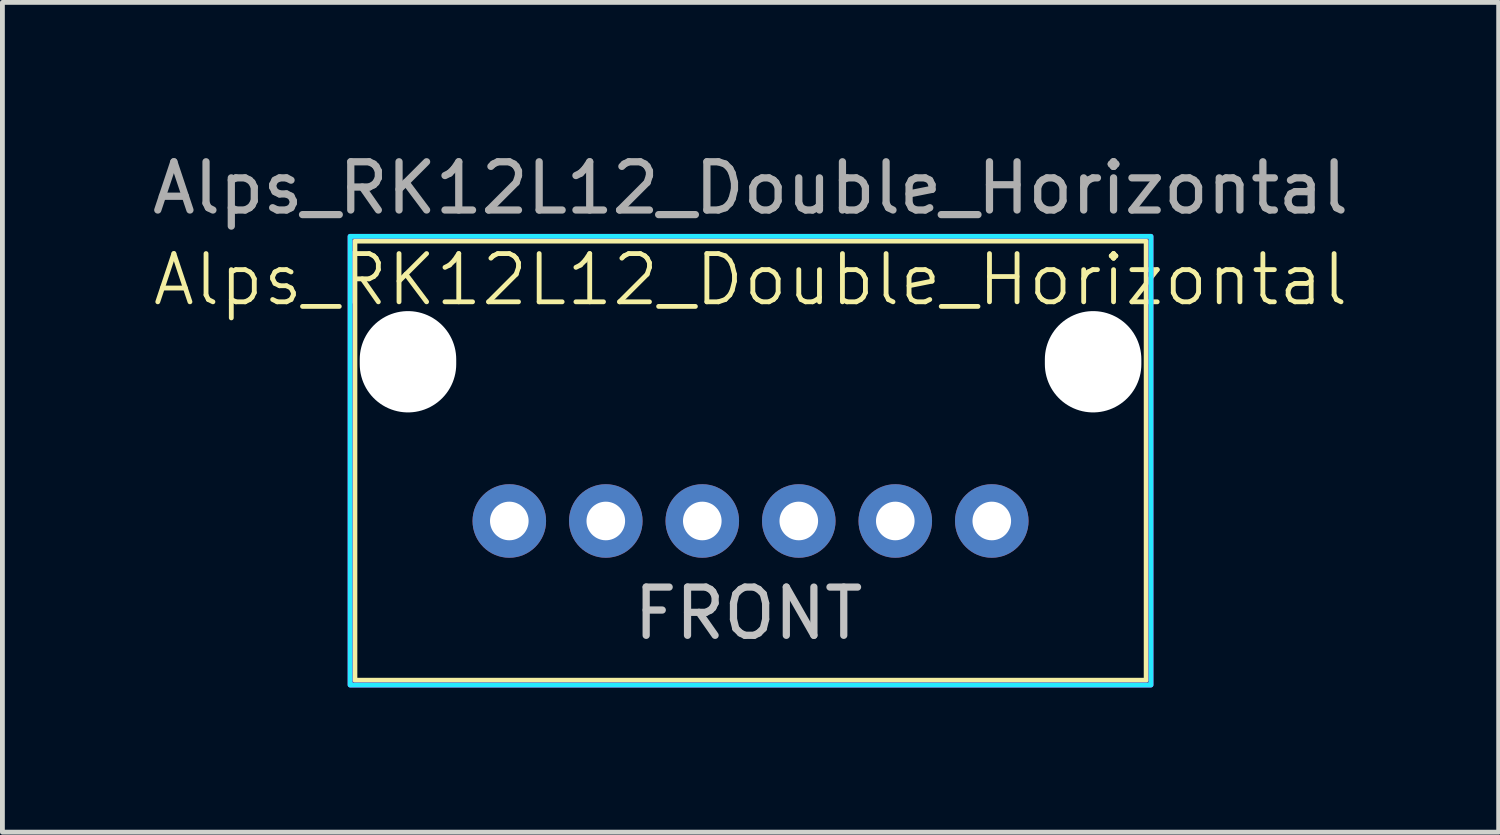
<source format=kicad_pcb>
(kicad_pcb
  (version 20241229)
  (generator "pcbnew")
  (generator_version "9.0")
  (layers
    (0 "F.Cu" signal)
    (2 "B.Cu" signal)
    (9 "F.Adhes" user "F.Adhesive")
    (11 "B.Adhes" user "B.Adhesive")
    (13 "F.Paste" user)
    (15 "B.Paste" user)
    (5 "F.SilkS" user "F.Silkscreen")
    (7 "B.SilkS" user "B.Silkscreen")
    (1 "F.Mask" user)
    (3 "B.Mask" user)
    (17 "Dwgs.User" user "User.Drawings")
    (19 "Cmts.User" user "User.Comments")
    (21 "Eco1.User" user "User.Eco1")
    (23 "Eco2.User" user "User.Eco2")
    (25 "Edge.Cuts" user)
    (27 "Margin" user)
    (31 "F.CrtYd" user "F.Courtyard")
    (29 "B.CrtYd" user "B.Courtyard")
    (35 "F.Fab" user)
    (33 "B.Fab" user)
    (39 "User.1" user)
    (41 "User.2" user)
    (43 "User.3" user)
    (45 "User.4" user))
  (footprint "Alps_RK12L12_Double_Horizontal"
    (layer "F.Cu")
    (at 12.506 4.448)
    (property "Reference" "Alps_RK12L12_Double_Horizontal" (at 0 -1.7 0) (unlocked yes) (layer "F.SilkS") (effects (font (size 1 1) (thickness 0.1))))
    (attr through_hole)
    (fp_rect (start -8.2 -2.5) (end 8.2 6.6) (stroke (width 0.1) (type default)) (fill no) (layer "F.SilkS"))
    (fp_rect (start -8.3 -2.6) (end 8.3 6.7) (stroke (width 0.1) (type default)) (fill no) (layer "B.CrtYd"))
    (fp_rect (start -8.3 -2.6) (end 8.3 6.7) (stroke (width 0.1) (type default)) (fill no) (layer "F.CrtYd"))
    (fp_text user "FRONT" (at -2.5 5.8 0) (unlocked yes) (layer "Dwgs.User") (effects (font (size 1 1) (thickness 0.15)) (justify left bottom)))
    (fp_text user "${REFERENCE}" (at 0 -3.6 0) (unlocked yes) (layer "F.Fab") (effects (font (size 1 1) (thickness 0.15))))
    (pad "" np_thru_hole oval (at -7.1 0) (size 2 2.1) (drill oval 2 2.1) (layers "*.Cu" "*.Mask"))
    (pad "" np_thru_hole oval (at 7.1 0) (size 2 2.1) (drill oval 2 2.1) (layers "*.Cu" "*.Mask"))
    (pad "1" thru_hole circle (at -1 3.3) (size 1.524 1.524) (drill 0.8) (layers "*.Cu" "*.Mask"))
    (pad "2" thru_hole circle (at 1 3.3) (size 1.524 1.524) (drill 0.8) (layers "*.Cu" "*.Mask"))
    (pad "3" thru_hole circle (at 3 3.3) (size 1.524 1.524) (drill 0.8) (layers "*.Cu" "*.Mask"))
    (pad "4" thru_hole circle (at -3 3.3) (size 1.524 1.524) (drill 0.8) (layers "*.Cu" "*.Mask"))
    (pad "5" thru_hole circle (at -5 3.3) (size 1.524 1.524) (drill 0.8) (layers "*.Cu" "*.Mask"))
    (pad "6" thru_hole circle (at 5 3.3) (size 1.524 1.524) (drill 0.8) (layers "*.Cu" "*.Mask")))
  (gr_rect
    (start -3 -3)
    (end 28.012 14.198)
    (stroke (width 0.1) (type default))
    (fill no)
    (layer "Edge.Cuts")))
</source>
